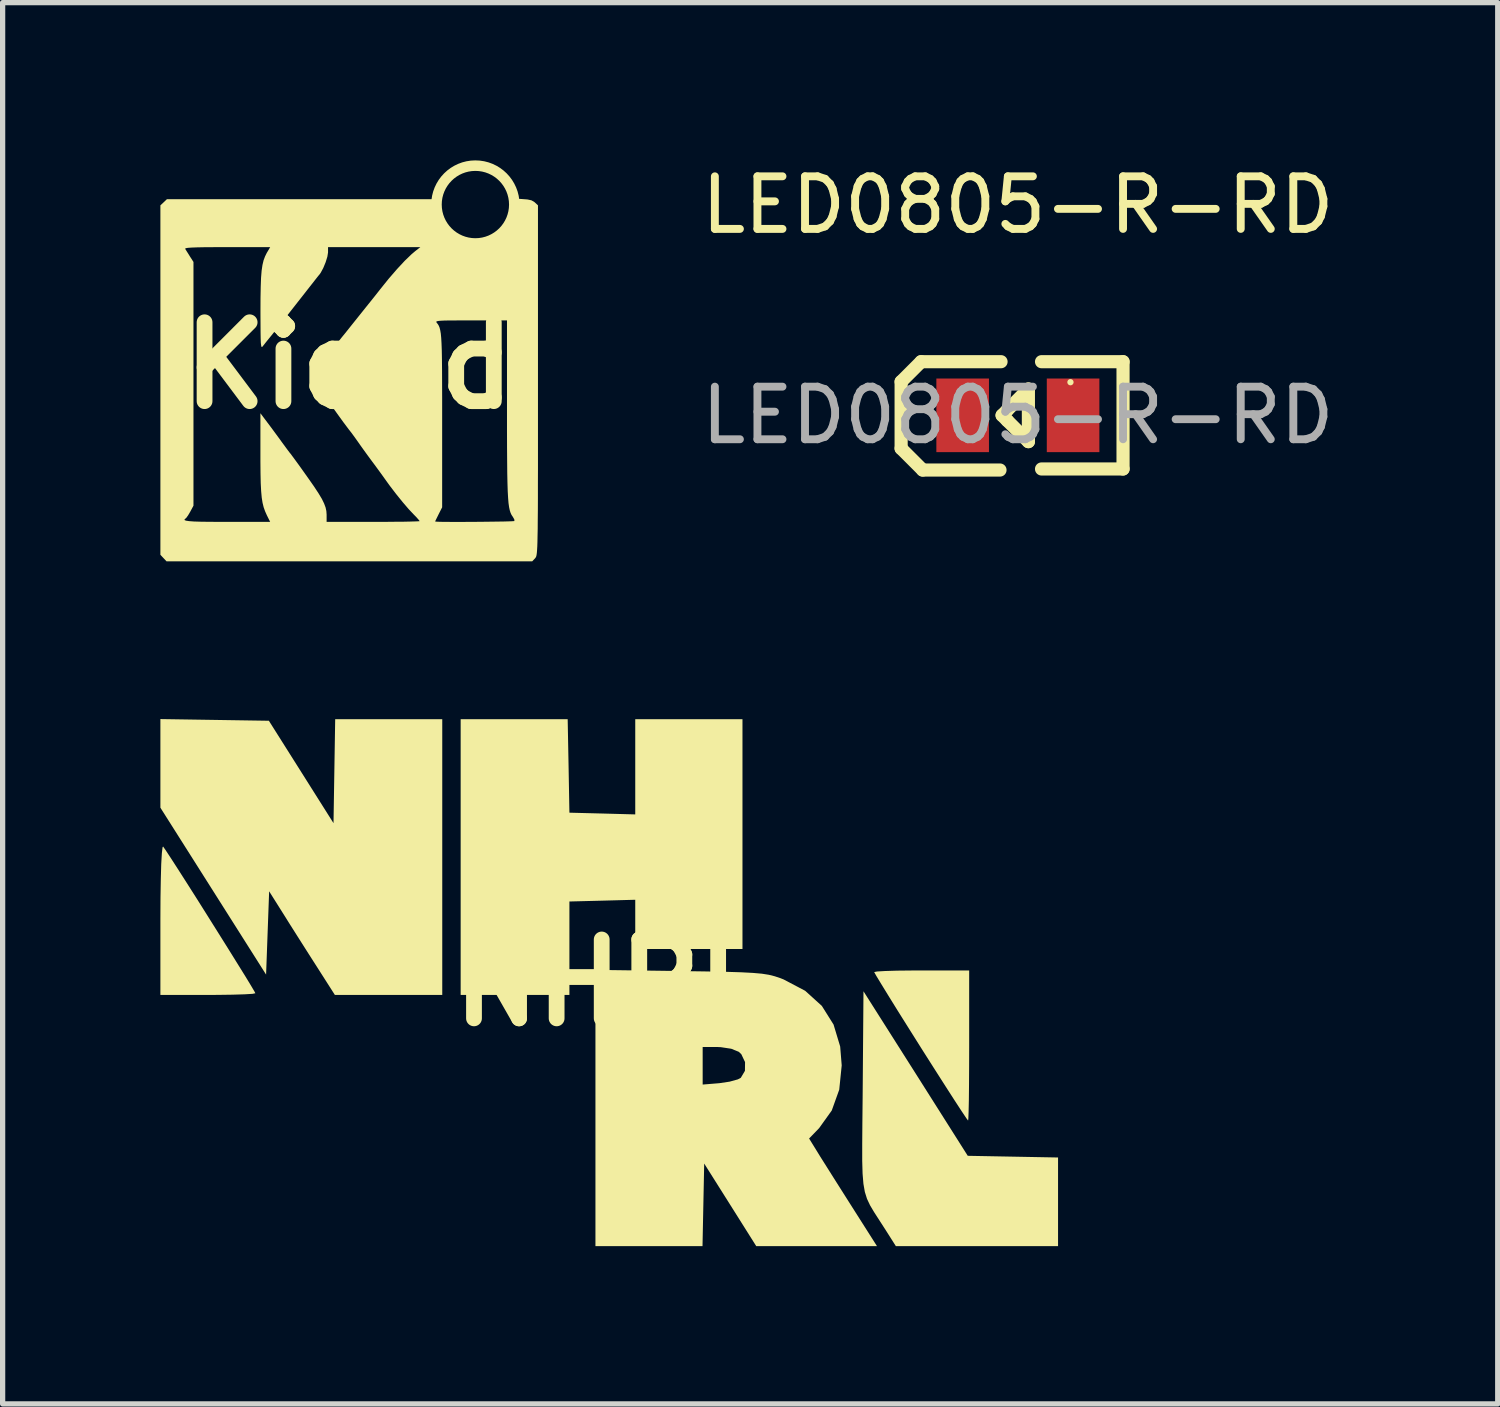
<source format=kicad_pcb>
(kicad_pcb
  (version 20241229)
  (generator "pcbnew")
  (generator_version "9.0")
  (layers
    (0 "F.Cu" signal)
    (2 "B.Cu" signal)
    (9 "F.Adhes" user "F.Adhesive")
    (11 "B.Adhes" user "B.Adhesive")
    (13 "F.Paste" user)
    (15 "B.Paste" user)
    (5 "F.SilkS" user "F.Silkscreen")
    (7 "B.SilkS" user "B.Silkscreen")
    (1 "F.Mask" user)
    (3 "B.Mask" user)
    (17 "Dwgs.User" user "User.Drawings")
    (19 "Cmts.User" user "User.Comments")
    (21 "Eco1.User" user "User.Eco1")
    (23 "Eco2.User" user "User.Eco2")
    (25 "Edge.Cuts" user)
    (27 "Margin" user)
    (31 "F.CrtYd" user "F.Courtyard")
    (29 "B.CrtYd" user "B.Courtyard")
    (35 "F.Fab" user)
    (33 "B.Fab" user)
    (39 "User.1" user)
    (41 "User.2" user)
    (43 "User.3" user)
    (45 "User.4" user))
  (footprint "Kicad"
    (layer "F.Cu")
    (at 3.59 3.9)
    (property "Reference" "Kicad" (at 0 0 0) (layer "F.SilkS") (effects (font (size 1.5 1.5) (thickness 0.3))))
    (attr board_only exclude_from_pos_files exclude_from_bom)
    (fp_circle (center 2.4 -3.06) (end 3.14 -3.06) (stroke (width 0.2) (type solid)) (fill no) (layer "F.SilkS"))
    (fp_poly (pts (xy 1.742 -3.282) (xy 1.728 -3.269) (xy 1.715 -3.282) (xy 1.728 -3.296)) (stroke (width 0) (type solid)) (fill yes) (layer "F.SilkS"))
    (fp_poly (pts (xy 1.983 -3.604) (xy 1.969 -3.59) (xy 1.956 -3.604) (xy 1.969 -3.617)) (stroke (width 0) (type solid)) (fill yes) (layer "F.SilkS"))
    (fp_poly (pts (xy 2.063 -3.657) (xy 2.05 -3.644) (xy 2.036 -3.657) (xy 2.05 -3.671)) (stroke (width 0) (type solid)) (fill yes) (layer "F.SilkS"))
    (fp_poly (pts (xy 2.224 -3.711) (xy 2.21 -3.697) (xy 2.197 -3.711) (xy 2.21 -3.724)) (stroke (width 0) (type solid)) (fill yes) (layer "F.SilkS"))
    (fp_poly (pts (xy 2.599 -3.711) (xy 2.586 -3.697) (xy 2.572 -3.711) (xy 2.586 -3.724)) (stroke (width 0) (type solid)) (fill yes) (layer "F.SilkS"))
    (fp_poly (pts (xy 2.733 -3.657) (xy 2.72 -3.644) (xy 2.706 -3.657) (xy 2.72 -3.671)) (stroke (width 0) (type solid)) (fill yes) (layer "F.SilkS"))
    (fp_poly (pts (xy 3.275 -3.166) (xy 3.39 -3.157) (xy 3.465 -3.141) (xy 3.517 -3.112) (xy 3.53 -3.101) (xy 3.59 -3.045) (xy 3.59 0.281) (xy 3.59 0.772) (xy 3.59 1.212) (xy 3.59 1.604) (xy 3.59 1.951) (xy 3.589 2.255) (xy 3.589 2.521) (xy 3.588 2.749) (xy 3.586 2.944) (xy 3.585 3.108) (xy 3.582 3.243) (xy 3.58 3.354) (xy 3.577 3.442) (xy 3.573 3.51) (xy 3.569 3.561) (xy 3.564 3.598) (xy 3.559 3.624) (xy 3.552 3.642) (xy 3.545 3.654) (xy 3.537 3.664) (xy 3.536 3.666) (xy 3.481 3.724) (xy 0.004 3.724) (xy -3.474 3.724) (xy -3.532 3.662) (xy -3.59 3.6) (xy -3.59 2.925) (xy -3.13 2.925) (xy -3.13 2.94) (xy -3.103 2.951) (xy -3.044 2.96) (xy -2.951 2.967) (xy -2.817 2.971) (xy -2.64 2.973) (xy -2.415 2.974) (xy -2.319 2.974) (xy -1.503 2.974) (xy -1.566 2.847) (xy -1.599 2.773) (xy -1.626 2.697) (xy -1.647 2.612) (xy -1.663 2.512) (xy -1.674 2.39) (xy -1.682 2.238) (xy -1.686 2.051) (xy -1.688 1.82) (xy -1.688 1.672) (xy -1.688 0.908) (xy -1.561 1.077) (xy -1.482 1.182) (xy -1.39 1.307) (xy -1.302 1.427) (xy -1.288 1.447) (xy -1.221 1.538) (xy -1.165 1.614) (xy -1.127 1.664) (xy -1.118 1.674) (xy -1.094 1.706) (xy -1.046 1.771) (xy -0.981 1.86) (xy -0.921 1.943) (xy -0.781 2.14) (xy -0.669 2.3) (xy -0.583 2.431) (xy -0.52 2.536) (xy -0.477 2.624) (xy -0.449 2.699) (xy -0.434 2.768) (xy -0.429 2.836) (xy -0.429 2.856) (xy -0.429 2.974) (xy 0.455 2.974) (xy 0.667 2.974) (xy 0.86 2.972) (xy 1.03 2.971) (xy 1.168 2.968) (xy 1.196 2.967) (xy 1.635 2.967) (xy 1.66 2.97) (xy 1.731 2.973) (xy 1.838 2.974) (xy 1.975 2.975) (xy 2.132 2.975) (xy 2.302 2.974) (xy 2.475 2.973) (xy 2.645 2.971) (xy 2.802 2.969) (xy 2.939 2.967) (xy 3.047 2.964) (xy 3.117 2.961) (xy 3.142 2.958) (xy 3.14 2.927) (xy 3.111 2.876) (xy 3.107 2.871) (xy 3.086 2.839) (xy 3.069 2.802) (xy 3.054 2.755) (xy 3.041 2.694) (xy 3.03 2.616) (xy 3.022 2.516) (xy 3.015 2.391) (xy 3.01 2.237) (xy 3.006 2.049) (xy 3.004 1.824) (xy 3.002 1.558) (xy 3.001 1.247) (xy 3.001 0.887) (xy 3.001 0.827) (xy 3.001 -0.857) (xy 2.313 -0.857) (xy 2.104 -0.857) (xy 1.943 -0.856) (xy 1.824 -0.855) (xy 1.741 -0.851) (xy 1.69 -0.846) (xy 1.663 -0.839) (xy 1.656 -0.829) (xy 1.662 -0.816) (xy 1.667 -0.81) (xy 1.687 -0.785) (xy 1.704 -0.756) (xy 1.719 -0.72) (xy 1.731 -0.672) (xy 1.742 -0.609) (xy 1.75 -0.526) (xy 1.756 -0.42) (xy 1.761 -0.286) (xy 1.764 -0.119) (xy 1.766 0.083) (xy 1.767 0.325) (xy 1.768 0.611) (xy 1.768 0.946) (xy 1.768 1.058) (xy 1.768 2.697) (xy 1.701 2.829) (xy 1.665 2.902) (xy 1.64 2.953) (xy 1.635 2.967) (xy 1.196 2.967) (xy 1.269 2.965) (xy 1.328 2.962) (xy 1.34 2.96) (xy 1.322 2.935) (xy 1.277 2.884) (xy 1.226 2.832) (xy 1.13 2.73) (xy 1.016 2.597) (xy 0.894 2.446) (xy 0.776 2.292) (xy 0.707 2.197) (xy 0.643 2.107) (xy 0.561 1.994) (xy 0.475 1.877) (xy 0.442 1.833) (xy 0.358 1.719) (xy 0.271 1.599) (xy 0.197 1.495) (xy 0.174 1.462) (xy 0.108 1.369) (xy 0.043 1.28) (xy -0.002 1.223) (xy -0.041 1.171) (xy -0.105 1.086) (xy -0.184 0.977) (xy -0.271 0.856) (xy -0.308 0.804) (xy -0.391 0.687) (xy -0.464 0.586) (xy -0.52 0.509) (xy -0.554 0.464) (xy -0.561 0.455) (xy -0.59 0.421) (xy -0.631 0.361) (xy -0.675 0.294) (xy -0.709 0.235) (xy -0.723 0.203) (xy -0.723 0.202) (xy -0.707 0.173) (xy -0.663 0.11) (xy -0.596 0.023) (xy -0.514 -0.081) (xy -0.422 -0.194) (xy -0.336 -0.296) (xy -0.266 -0.38) (xy -0.195 -0.467) (xy -0.181 -0.484) (xy -0.141 -0.535) (xy -0.073 -0.618) (xy 0.013 -0.726) (xy 0.112 -0.85) (xy 0.204 -0.965) (xy 0.308 -1.095) (xy 0.406 -1.217) (xy 0.49 -1.322) (xy 0.553 -1.402) (xy 0.586 -1.444) (xy 0.75 -1.648) (xy 0.91 -1.833) (xy 1.059 -1.993) (xy 1.19 -2.119) (xy 1.259 -2.177) (xy 1.353 -2.25) (xy 0.476 -2.25) (xy -0.402 -2.251) (xy -0.402 -2.15) (xy -0.415 -2.068) (xy -0.448 -1.962) (xy -0.493 -1.853) (xy -0.541 -1.764) (xy -0.561 -1.735) (xy -0.588 -1.703) (xy -0.64 -1.637) (xy -0.712 -1.545) (xy -0.797 -1.437) (xy -0.831 -1.393) (xy -1.018 -1.155) (xy -1.174 -0.956) (xy -1.301 -0.795) (xy -1.4 -0.669) (xy -1.475 -0.575) (xy -1.527 -0.511) (xy -1.529 -0.509) (xy -1.586 -0.438) (xy -1.635 -0.376) (xy -1.646 -0.362) (xy -1.658 -0.35) (xy -1.667 -0.354) (xy -1.674 -0.38) (xy -1.68 -0.432) (xy -1.683 -0.516) (xy -1.685 -0.638) (xy -1.686 -0.802) (xy -1.687 -1.013) (xy -1.687 -1.032) (xy -1.686 -1.288) (xy -1.682 -1.497) (xy -1.676 -1.666) (xy -1.665 -1.802) (xy -1.649 -1.91) (xy -1.628 -1.999) (xy -1.6 -2.074) (xy -1.566 -2.143) (xy -1.559 -2.154) (xy -1.502 -2.251) (xy -2.32 -2.251) (xy -2.559 -2.25) (xy -2.748 -2.249) (xy -2.893 -2.246) (xy -2.999 -2.242) (xy -3.068 -2.237) (xy -3.107 -2.23) (xy -3.119 -2.221) (xy -3.118 -2.217) (xy -3.092 -2.175) (xy -3.05 -2.109) (xy -3.03 -2.076) (xy -2.961 -1.969) (xy -2.961 0.348) (xy -2.961 2.666) (xy -3.021 2.778) (xy -3.062 2.848) (xy -3.097 2.897) (xy -3.108 2.907) (xy -3.13 2.925) (xy -3.59 2.925) (xy -3.59 0.278) (xy -3.59 -3.045) (xy -3.528 -3.103) (xy -3.466 -3.162) (xy -0.892 -3.162) (xy 1.682 -3.162) (xy 1.693 -2.994) (xy 1.723 -2.813) (xy 1.79 -2.662) (xy 1.899 -2.53) (xy 1.994 -2.444) (xy 2.082 -2.389) (xy 2.178 -2.358) (xy 2.3 -2.346) (xy 2.385 -2.345) (xy 2.504 -2.347) (xy 2.588 -2.356) (xy 2.654 -2.375) (xy 2.722 -2.409) (xy 2.737 -2.418) (xy 2.892 -2.536) (xy 3.001 -2.682) (xy 3.064 -2.854) (xy 3.081 -3.025) (xy 3.081 -3.175)) (stroke (width 0) (type solid)) (fill yes) (layer "F.SilkS")))
  (footprint "LED0805-R-RD"
    (layer "F.Cu")
    (at 16.306 4.848)
    (property "Reference" "LED0805-R-RD" (at 0 -4 0) (layer "F.SilkS") (effects (font (size 1 1) (thickness 0.15))))
    (attr smd)
    (fp_line (start -2.22 -0.64) (end -1.84 -1.02) (stroke (width 0.25) (type solid)) (layer "F.SilkS"))
    (fp_line (start -2.22 0.63) (end -2.22 -0.64) (stroke (width 0.25) (type solid)) (layer "F.SilkS"))
    (fp_line (start -1.84 -1.02) (end -0.32 -1.02) (stroke (width 0.25) (type solid)) (layer "F.SilkS"))
    (fp_line (start -1.81 1.04) (end -2.22 0.63) (stroke (width 0.25) (type solid)) (layer "F.SilkS"))
    (fp_line (start -0.34 1.04) (end -1.81 1.04) (stroke (width 0.25) (type solid)) (layer "F.SilkS"))
    (fp_line (start -0.3 0) (end -0.2 0.1) (stroke (width 0.25) (type solid)) (layer "F.SilkS"))
    (fp_line (start -0.2 -0.1) (end -0.3 0) (stroke (width 0.25) (type solid)) (layer "F.SilkS"))
    (fp_line (start -0.2 0.1) (end 0.2 0.5) (stroke (width 0.25) (type solid)) (layer "F.SilkS"))
    (fp_line (start 0.2 -0.5) (end -0.2 -0.1) (stroke (width 0.25) (type solid)) (layer "F.SilkS"))
    (fp_line (start 0.2 -0.5) (end 0.2 0.5) (stroke (width 0.25) (type solid)) (layer "F.SilkS"))
    (fp_line (start 0.45 1.02) (end 2 1.02) (stroke (width 0.25) (type solid)) (layer "F.SilkS"))
    (fp_line (start 2 -1.02) (end 0.45 -1.02) (stroke (width 0.25) (type solid)) (layer "F.SilkS"))
    (fp_line (start 2 1.02) (end 2 -1.02) (stroke (width 0.25) (type solid)) (layer "F.SilkS"))
    (fp_circle (center 1 -0.63) (end 1.03 -0.63) (stroke (width 0.06) (type solid)) (fill no) (layer "F.SilkS"))
    (fp_text user "${REFERENCE}" (at 0 0 0) (layer "F.Fab") (effects (font (size 1 1) (thickness 0.15))))
    (pad "1" smd rect (at 1.05 0 180) (size 1 1.4) (layers "F.Cu" "F.Mask" "F.Paste"))
    (pad "2" smd rect (at -1.05 0 180) (size 1 1.4) (layers "F.Cu" "F.Mask" "F.Paste")))
  (footprint "NHRL"
    (layer "F.Cu")
    (at 8.535 15.637)
    (property "Reference" "NHRL" (at 0 0 0) (layer "F.SilkS") (effects (font (size 1.5 1.5) (thickness 0.3))))
    (attr board_only exclude_from_pos_files exclude_from_bom)
    (fp_poly (pts (xy 5.827 1.727) (xy 6.818 3.292) (xy 7.676 3.308) (xy 8.535 3.324) (xy 8.535 4.167) (xy 8.535 5.01) (xy 6.993 5.01) (xy 5.451 5.01) (xy 5.257 4.704) (xy 5.135 4.515) (xy 5.037 4.363) (xy 4.96 4.233) (xy 4.902 4.11) (xy 4.861 3.979) (xy 4.834 3.825) (xy 4.818 3.632) (xy 4.811 3.387) (xy 4.811 3.073) (xy 4.814 2.675) (xy 4.819 2.18) (xy 4.82 2.068) (xy 4.835 0.163)) (stroke (width 0) (type solid)) (fill yes) (layer "F.SilkS"))
    (fp_poly (pts (xy -7.503 -4.997) (xy -6.472 -4.981) (xy -5.857 -4.007) (xy -5.243 -3.034) (xy -5.227 -4.022) (xy -5.211 -5.01) (xy -4.193 -5.01) (xy -3.175 -5.01) (xy -3.175 -2.389) (xy -3.175 0.233) (xy -4.196 0.233) (xy -5.217 0.233) (xy -5.524 -0.248) (xy -5.703 -0.528) (xy -5.907 -0.849) (xy -6.1 -1.154) (xy -6.149 -1.233) (xy -6.467 -1.738) (xy -6.496 -0.946) (xy -6.525 -0.154) (xy -7.53 -1.741) (xy -8.535 -3.328) (xy -8.535 -4.171) (xy -8.535 -5.013)) (stroke (width 0) (type solid)) (fill yes) (layer "F.SilkS"))
    (fp_poly (pts (xy -0.773 -4.122) (xy -0.757 -3.233) (xy -0.131 -3.217) (xy 0.495 -3.2) (xy 0.495 -4.105) (xy 0.495 -5.01) (xy 1.515 -5.01) (xy 2.534 -5.01) (xy 2.534 -2.825) (xy 2.534 -0.641) (xy 1.515 -0.641) (xy 0.495 -0.641) (xy 0.495 -1.109) (xy 0.495 -1.577) (xy -0.131 -1.56) (xy -0.757 -1.544) (xy -0.757 -0.655) (xy -0.757 0.233) (xy -1.791 0.233) (xy -2.825 0.233) (xy -2.825 -2.389) (xy -2.825 -5.01) (xy -1.807 -5.01) (xy -0.79 -5.01)) (stroke (width 0) (type solid)) (fill yes) (layer "F.SilkS"))
    (fp_poly (pts (xy -8.438 -2.524) (xy -8.342 -2.378) (xy -8.205 -2.166) (xy -8.037 -1.903) (xy -7.848 -1.606) (xy -7.648 -1.288) (xy -7.446 -0.966) (xy -7.251 -0.655) (xy -7.074 -0.37) (xy -6.923 -0.127) (xy -6.81 0.059) (xy -6.743 0.173) (xy -6.729 0.201) (xy -6.784 0.212) (xy -6.935 0.221) (xy -7.164 0.228) (xy -7.449 0.232) (xy -7.632 0.233) (xy -8.535 0.233) (xy -8.535 -1.206) (xy -8.533 -1.615) (xy -8.527 -1.97) (xy -8.519 -2.257) (xy -8.507 -2.463) (xy -8.494 -2.574) (xy -8.484 -2.59)) (stroke (width 0) (type solid)) (fill yes) (layer "F.SilkS"))
    (fp_poly (pts (xy 6.845 1.194) (xy 6.844 1.588) (xy 6.842 1.94) (xy 6.839 2.235) (xy 6.834 2.457) (xy 6.829 2.59) (xy 6.824 2.622) (xy 6.789 2.574) (xy 6.7 2.441) (xy 6.565 2.234) (xy 6.392 1.965) (xy 6.189 1.647) (xy 5.964 1.293) (xy 5.921 1.225) (xy 5.694 0.864) (xy 5.488 0.536) (xy 5.312 0.252) (xy 5.174 0.027) (xy 5.08 -0.128) (xy 5.04 -0.199) (xy 5.039 -0.202) (xy 5.094 -0.213) (xy 5.246 -0.222) (xy 5.474 -0.229) (xy 5.76 -0.232) (xy 5.942 -0.233) (xy 6.845 -0.233)) (stroke (width 0) (type solid)) (fill yes) (layer "F.SilkS"))
    (fp_poly (pts (xy 1.354 -0.221) (xy 1.835 -0.214) (xy 2.214 -0.207) (xy 2.508 -0.198) (xy 2.733 -0.186) (xy 2.904 -0.171) (xy 3.037 -0.15) (xy 3.148 -0.122) (xy 3.253 -0.087) (xy 3.316 -0.062) (xy 3.726 0.154) (xy 4.043 0.441) (xy 4.266 0.796) (xy 4.392 1.214) (xy 4.421 1.573) (xy 4.374 2.034) (xy 4.232 2.43) (xy 3.993 2.764) (xy 3.98 2.778) (xy 3.801 2.963) (xy 3.938 3.185) (xy 4.016 3.312) (xy 4.143 3.513) (xy 4.303 3.767) (xy 4.483 4.051) (xy 4.583 4.209) (xy 5.092 5.01) (xy 3.944 5.01) (xy 2.796 5.01) (xy 2.301 4.224) (xy 1.806 3.439) (xy 1.79 4.225) (xy 1.774 5.01) (xy 0.756 5.01) (xy -0.262 5.01) (xy -0.262 2.384) (xy -0.262 1.58) (xy 1.777 1.58) (xy 1.777 1.937) (xy 2.094 1.911) (xy 2.289 1.882) (xy 2.445 1.839) (xy 2.502 1.809) (xy 2.581 1.676) (xy 2.583 1.51) (xy 2.512 1.36) (xy 2.463 1.314) (xy 2.32 1.256) (xy 2.121 1.226) (xy 2.055 1.223) (xy 1.777 1.223) (xy 1.777 1.58) (xy -0.262 1.58) (xy -0.262 -0.243)) (stroke (width 0) (type solid)) (fill yes) (layer "F.SilkS")))
  (gr_rect
    (start -3 -3)
    (end 25.431 23.647)
    (stroke (width 0.1) (type default))
    (fill no)
    (layer "Edge.Cuts")))
</source>
